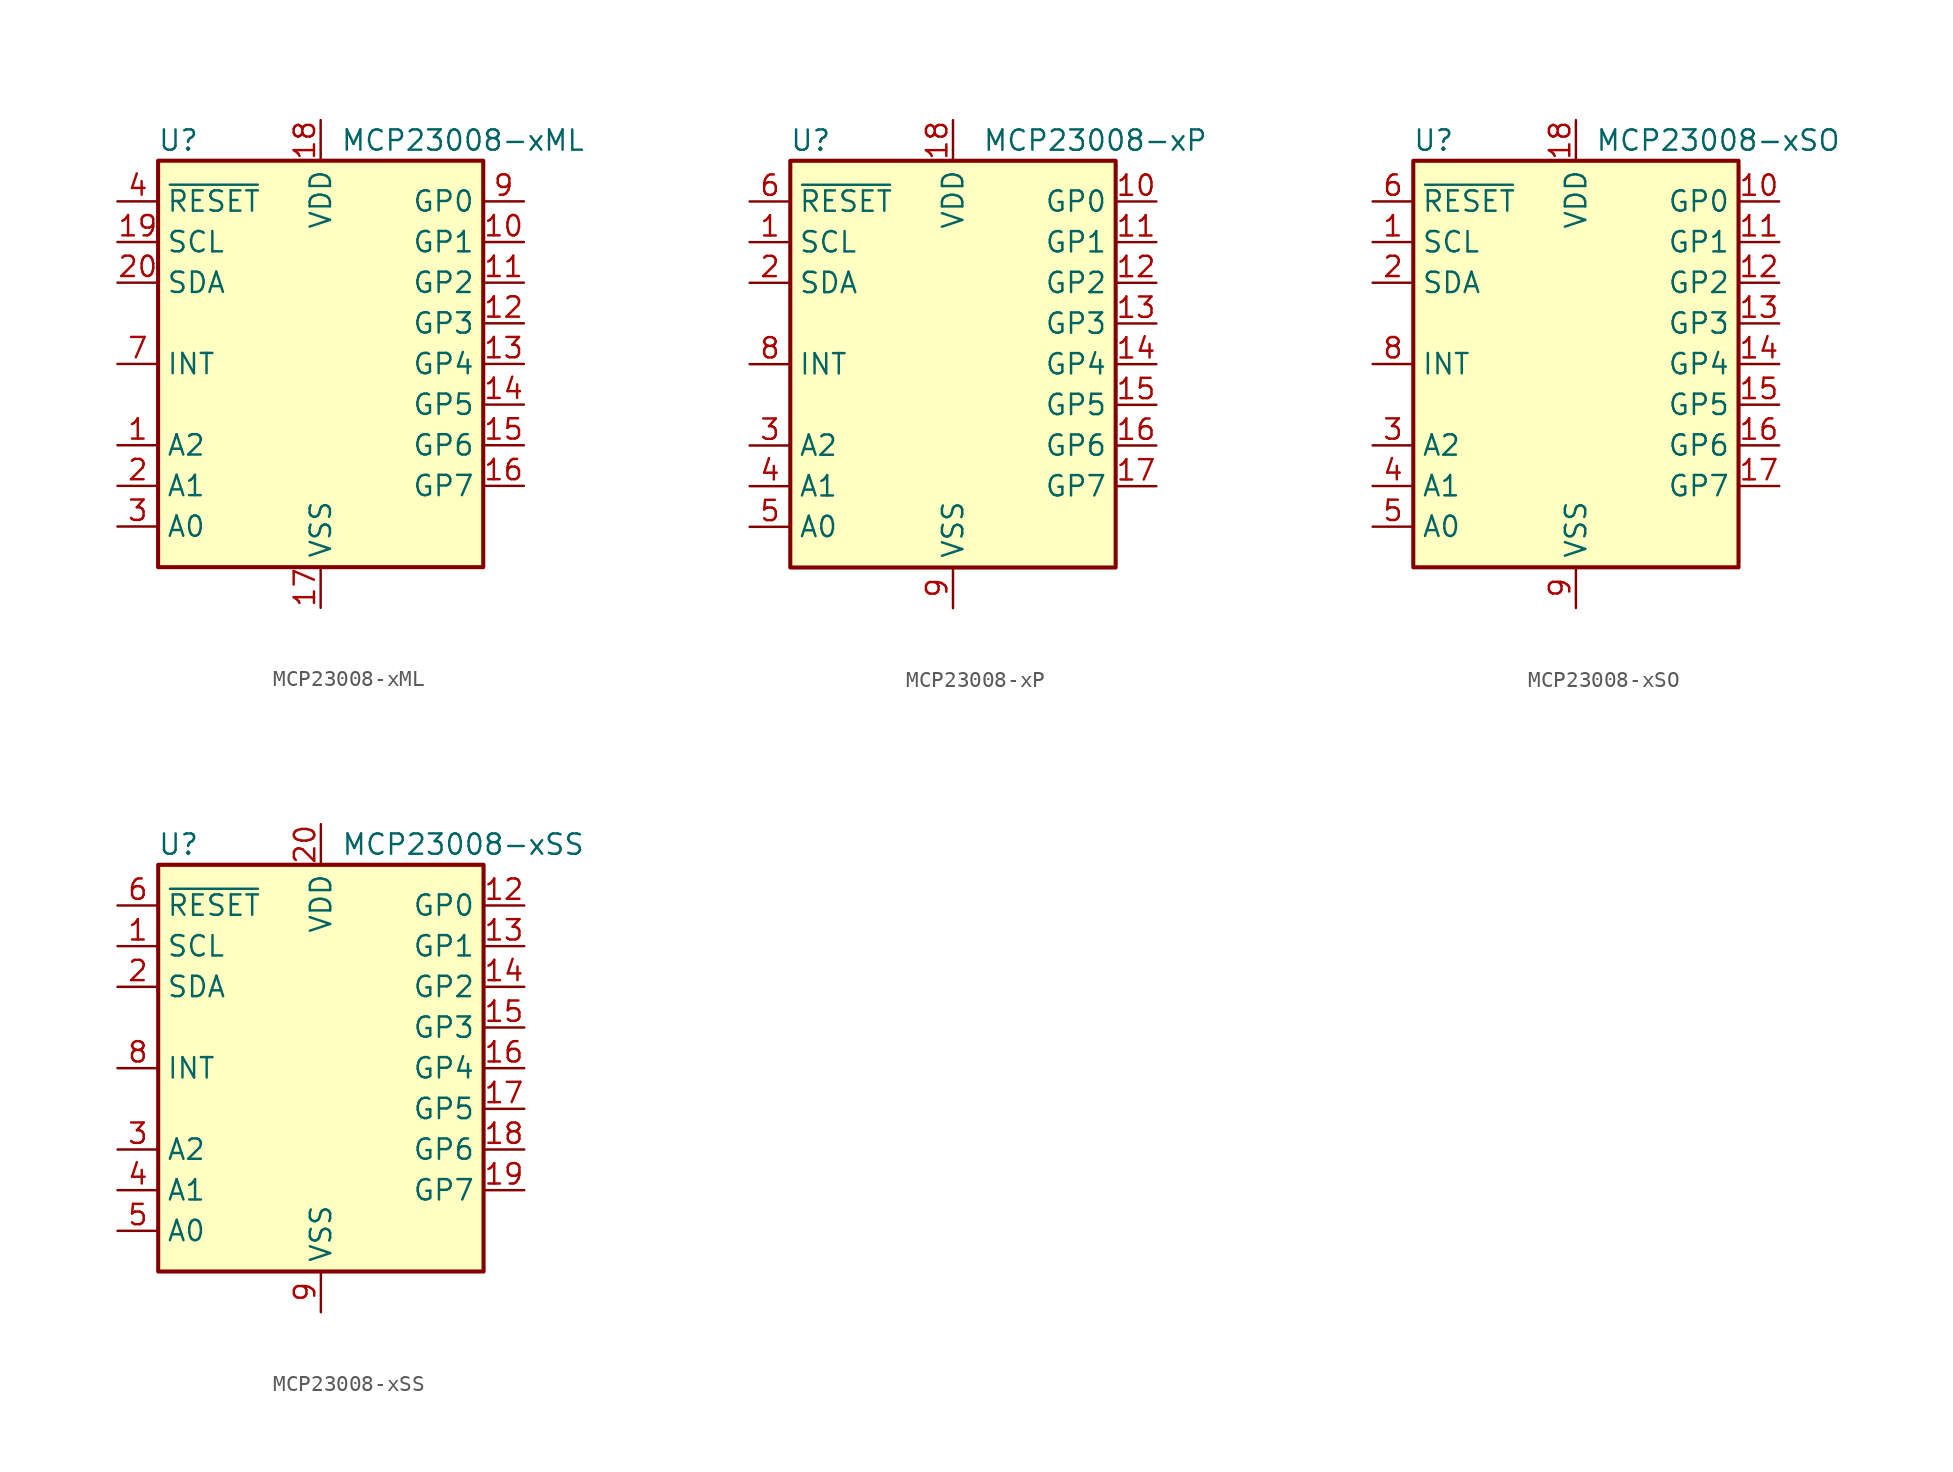
<source format=kicad_sym>
(kicad_symbol_lib
  (version 20231120)
  (generator "kicad_symbol_editor")
  (generator_version "8.0")
  (symbol "MCP23008-xML"
    (property "Reference" "U"
      (at -8.89 13.97 0)
      (effects (font (size 1.27 1.27))))
    (property "Value" "MCP23008-xML"
      (at 8.89 13.97 0)
      (effects (font (size 1.27 1.27))))
    (symbol "MCP23008-xML_0_1"
      (rectangle (start -10.16 12.7) (end 10.16 -12.7) (stroke (width 0.254) (type solid)) (fill (type background))))
    (symbol "MCP23008-xML_1_1"
      (pin input line (at -12.7 -5.08 0) (length 2.54) (name "A2" (effects (font (size 1.27 1.27)))) (number "1" (effects (font (size 1.27 1.27)))))
      (pin bidirectional line (at 12.7 7.62 180) (length 2.54) (name "GP1" (effects (font (size 1.27 1.27)))) (number "10" (effects (font (size 1.27 1.27)))))
      (pin bidirectional line (at 12.7 5.08 180) (length 2.54) (name "GP2" (effects (font (size 1.27 1.27)))) (number "11" (effects (font (size 1.27 1.27)))))
      (pin bidirectional line (at 12.7 2.54 180) (length 2.54) (name "GP3" (effects (font (size 1.27 1.27)))) (number "12" (effects (font (size 1.27 1.27)))))
      (pin bidirectional line (at 12.7 0 180) (length 2.54) (name "GP4" (effects (font (size 1.27 1.27)))) (number "13" (effects (font (size 1.27 1.27)))))
      (pin bidirectional line (at 12.7 -2.54 180) (length 2.54) (name "GP5" (effects (font (size 1.27 1.27)))) (number "14" (effects (font (size 1.27 1.27)))))
      (pin bidirectional line (at 12.7 -5.08 180) (length 2.54) (name "GP6" (effects (font (size 1.27 1.27)))) (number "15" (effects (font (size 1.27 1.27)))))
      (pin bidirectional line (at 12.7 -7.62 180) (length 2.54) (name "GP7" (effects (font (size 1.27 1.27)))) (number "16" (effects (font (size 1.27 1.27)))))
      (pin power_in line (at 0 -15.24 90) (length 2.54) (name "VSS" (effects (font (size 1.27 1.27)))) (number "17" (effects (font (size 1.27 1.27)))))
      (pin power_in line (at 0 15.24 270) (length 2.54) (name "VDD" (effects (font (size 1.27 1.27)))) (number "18" (effects (font (size 1.27 1.27)))))
      (pin input line (at -12.7 7.62 0) (length 2.54) (name "SCL" (effects (font (size 1.27 1.27)))) (number "19" (effects (font (size 1.27 1.27)))))
      (pin input line (at -12.7 -7.62 0) (length 2.54) (name "A1" (effects (font (size 1.27 1.27)))) (number "2" (effects (font (size 1.27 1.27)))))
      (pin bidirectional line (at -12.7 5.08 0) (length 2.54) (name "SDA" (effects (font (size 1.27 1.27)))) (number "20" (effects (font (size 1.27 1.27)))))
      (pin input line (at -12.7 -10.16 0) (length 2.54) (name "A0" (effects (font (size 1.27 1.27)))) (number "3" (effects (font (size 1.27 1.27)))))
      (pin input line (at -12.7 10.16 0) (length 2.54) (name "~{RESET}" (effects (font (size 1.27 1.27)))) (number "4" (effects (font (size 1.27 1.27)))))
      (pin no_connect line (at -10.16 2.54 0) (length 2.54) hide (name "NC" (effects (font (size 1.27 1.27)))) (number "5" (effects (font (size 1.27 1.27)))))
      (pin no_connect line (at -10.16 -2.54 0) (length 2.54) hide (name "NC" (effects (font (size 1.27 1.27)))) (number "6" (effects (font (size 1.27 1.27)))))
      (pin output line (at -12.7 0 0) (length 2.54) (name "INT" (effects (font (size 1.27 1.27)))) (number "7" (effects (font (size 1.27 1.27)))))
      (pin no_connect line (at 10.16 -10.16 180) (length 2.54) hide (name "NC" (effects (font (size 1.27 1.27)))) (number "8" (effects (font (size 1.27 1.27)))))
      (pin bidirectional line (at 12.7 10.16 180) (length 2.54) (name "GP0" (effects (font (size 1.27 1.27)))) (number "9" (effects (font (size 1.27 1.27)))))))
  (symbol "MCP23008-xP"
    (property "Reference" "U"
      (at -8.89 13.97 0)
      (effects (font (size 1.27 1.27))))
    (property "Value" "MCP23008-xP"
      (at 8.89 13.97 0)
      (effects (font (size 1.27 1.27))))
    (symbol "MCP23008-xP_0_1"
      (rectangle (start -10.16 12.7) (end 10.16 -12.7) (stroke (width 0.254) (type solid)) (fill (type background))))
    (symbol "MCP23008-xP_1_1"
      (pin input line (at -12.7 7.62 0) (length 2.54) (name "SCL" (effects (font (size 1.27 1.27)))) (number "1" (effects (font (size 1.27 1.27)))))
      (pin bidirectional line (at 12.7 10.16 180) (length 2.54) (name "GP0" (effects (font (size 1.27 1.27)))) (number "10" (effects (font (size 1.27 1.27)))))
      (pin bidirectional line (at 12.7 7.62 180) (length 2.54) (name "GP1" (effects (font (size 1.27 1.27)))) (number "11" (effects (font (size 1.27 1.27)))))
      (pin bidirectional line (at 12.7 5.08 180) (length 2.54) (name "GP2" (effects (font (size 1.27 1.27)))) (number "12" (effects (font (size 1.27 1.27)))))
      (pin bidirectional line (at 12.7 2.54 180) (length 2.54) (name "GP3" (effects (font (size 1.27 1.27)))) (number "13" (effects (font (size 1.27 1.27)))))
      (pin bidirectional line (at 12.7 0 180) (length 2.54) (name "GP4" (effects (font (size 1.27 1.27)))) (number "14" (effects (font (size 1.27 1.27)))))
      (pin bidirectional line (at 12.7 -2.54 180) (length 2.54) (name "GP5" (effects (font (size 1.27 1.27)))) (number "15" (effects (font (size 1.27 1.27)))))
      (pin bidirectional line (at 12.7 -5.08 180) (length 2.54) (name "GP6" (effects (font (size 1.27 1.27)))) (number "16" (effects (font (size 1.27 1.27)))))
      (pin bidirectional line (at 12.7 -7.62 180) (length 2.54) (name "GP7" (effects (font (size 1.27 1.27)))) (number "17" (effects (font (size 1.27 1.27)))))
      (pin power_in line (at 0 15.24 270) (length 2.54) (name "VDD" (effects (font (size 1.27 1.27)))) (number "18" (effects (font (size 1.27 1.27)))))
      (pin bidirectional line (at -12.7 5.08 0) (length 2.54) (name "SDA" (effects (font (size 1.27 1.27)))) (number "2" (effects (font (size 1.27 1.27)))))
      (pin input line (at -12.7 -5.08 0) (length 2.54) (name "A2" (effects (font (size 1.27 1.27)))) (number "3" (effects (font (size 1.27 1.27)))))
      (pin input line (at -12.7 -7.62 0) (length 2.54) (name "A1" (effects (font (size 1.27 1.27)))) (number "4" (effects (font (size 1.27 1.27)))))
      (pin input line (at -12.7 -10.16 0) (length 2.54) (name "A0" (effects (font (size 1.27 1.27)))) (number "5" (effects (font (size 1.27 1.27)))))
      (pin input line (at -12.7 10.16 0) (length 2.54) (name "~{RESET}" (effects (font (size 1.27 1.27)))) (number "6" (effects (font (size 1.27 1.27)))))
      (pin no_connect line (at -10.16 -2.54 0) (length 2.54) hide (name "NC" (effects (font (size 1.27 1.27)))) (number "7" (effects (font (size 1.27 1.27)))))
      (pin output line (at -12.7 0 0) (length 2.54) (name "INT" (effects (font (size 1.27 1.27)))) (number "8" (effects (font (size 1.27 1.27)))))
      (pin power_in line (at 0 -15.24 90) (length 2.54) (name "VSS" (effects (font (size 1.27 1.27)))) (number "9" (effects (font (size 1.27 1.27)))))))
  (symbol "MCP23008-xSO"
    (property "Reference" "U"
      (at -8.89 13.97 0)
      (effects (font (size 1.27 1.27))))
    (property "Value" "MCP23008-xSO"
      (at 8.89 13.97 0)
      (effects (font (size 1.27 1.27))))
    (symbol "MCP23008-xSO_0_1"
      (rectangle (start -10.16 12.7) (end 10.16 -12.7) (stroke (width 0.254) (type solid)) (fill (type background))))
    (symbol "MCP23008-xSO_1_1"
      (pin input line (at -12.7 7.62 0) (length 2.54) (name "SCL" (effects (font (size 1.27 1.27)))) (number "1" (effects (font (size 1.27 1.27)))))
      (pin bidirectional line (at 12.7 10.16 180) (length 2.54) (name "GP0" (effects (font (size 1.27 1.27)))) (number "10" (effects (font (size 1.27 1.27)))))
      (pin bidirectional line (at 12.7 7.62 180) (length 2.54) (name "GP1" (effects (font (size 1.27 1.27)))) (number "11" (effects (font (size 1.27 1.27)))))
      (pin bidirectional line (at 12.7 5.08 180) (length 2.54) (name "GP2" (effects (font (size 1.27 1.27)))) (number "12" (effects (font (size 1.27 1.27)))))
      (pin bidirectional line (at 12.7 2.54 180) (length 2.54) (name "GP3" (effects (font (size 1.27 1.27)))) (number "13" (effects (font (size 1.27 1.27)))))
      (pin bidirectional line (at 12.7 0 180) (length 2.54) (name "GP4" (effects (font (size 1.27 1.27)))) (number "14" (effects (font (size 1.27 1.27)))))
      (pin bidirectional line (at 12.7 -2.54 180) (length 2.54) (name "GP5" (effects (font (size 1.27 1.27)))) (number "15" (effects (font (size 1.27 1.27)))))
      (pin bidirectional line (at 12.7 -5.08 180) (length 2.54) (name "GP6" (effects (font (size 1.27 1.27)))) (number "16" (effects (font (size 1.27 1.27)))))
      (pin bidirectional line (at 12.7 -7.62 180) (length 2.54) (name "GP7" (effects (font (size 1.27 1.27)))) (number "17" (effects (font (size 1.27 1.27)))))
      (pin power_in line (at 0 15.24 270) (length 2.54) (name "VDD" (effects (font (size 1.27 1.27)))) (number "18" (effects (font (size 1.27 1.27)))))
      (pin bidirectional line (at -12.7 5.08 0) (length 2.54) (name "SDA" (effects (font (size 1.27 1.27)))) (number "2" (effects (font (size 1.27 1.27)))))
      (pin input line (at -12.7 -5.08 0) (length 2.54) (name "A2" (effects (font (size 1.27 1.27)))) (number "3" (effects (font (size 1.27 1.27)))))
      (pin input line (at -12.7 -7.62 0) (length 2.54) (name "A1" (effects (font (size 1.27 1.27)))) (number "4" (effects (font (size 1.27 1.27)))))
      (pin input line (at -12.7 -10.16 0) (length 2.54) (name "A0" (effects (font (size 1.27 1.27)))) (number "5" (effects (font (size 1.27 1.27)))))
      (pin input line (at -12.7 10.16 0) (length 2.54) (name "~{RESET}" (effects (font (size 1.27 1.27)))) (number "6" (effects (font (size 1.27 1.27)))))
      (pin no_connect line (at -10.16 -2.54 0) (length 2.54) hide (name "NC" (effects (font (size 1.27 1.27)))) (number "7" (effects (font (size 1.27 1.27)))))
      (pin output line (at -12.7 0 0) (length 2.54) (name "INT" (effects (font (size 1.27 1.27)))) (number "8" (effects (font (size 1.27 1.27)))))
      (pin power_in line (at 0 -15.24 90) (length 2.54) (name "VSS" (effects (font (size 1.27 1.27)))) (number "9" (effects (font (size 1.27 1.27)))))))
  (symbol "MCP23008-xSS"
    (property "Reference" "U"
      (at -8.89 13.97 0)
      (effects (font (size 1.27 1.27))))
    (property "Value" "MCP23008-xSS"
      (at 8.89 13.97 0)
      (effects (font (size 1.27 1.27))))
    (symbol "MCP23008-xSS_0_1"
      (rectangle (start -10.16 12.7) (end 10.16 -12.7) (stroke (width 0.254) (type solid)) (fill (type background))))
    (symbol "MCP23008-xSS_1_1"
      (pin input line (at -12.7 7.62 0) (length 2.54) (name "SCL" (effects (font (size 1.27 1.27)))) (number "1" (effects (font (size 1.27 1.27)))))
      (pin no_connect line (at -10.16 -2.54 0) (length 2.54) hide (name "NC" (effects (font (size 1.27 1.27)))) (number "10" (effects (font (size 1.27 1.27)))))
      (pin no_connect line (at 10.16 -10.16 180) (length 2.54) hide (name "NC" (effects (font (size 1.27 1.27)))) (number "11" (effects (font (size 1.27 1.27)))))
      (pin bidirectional line (at 12.7 10.16 180) (length 2.54) (name "GP0" (effects (font (size 1.27 1.27)))) (number "12" (effects (font (size 1.27 1.27)))))
      (pin bidirectional line (at 12.7 7.62 180) (length 2.54) (name "GP1" (effects (font (size 1.27 1.27)))) (number "13" (effects (font (size 1.27 1.27)))))
      (pin bidirectional line (at 12.7 5.08 180) (length 2.54) (name "GP2" (effects (font (size 1.27 1.27)))) (number "14" (effects (font (size 1.27 1.27)))))
      (pin bidirectional line (at 12.7 2.54 180) (length 2.54) (name "GP3" (effects (font (size 1.27 1.27)))) (number "15" (effects (font (size 1.27 1.27)))))
      (pin bidirectional line (at 12.7 0 180) (length 2.54) (name "GP4" (effects (font (size 1.27 1.27)))) (number "16" (effects (font (size 1.27 1.27)))))
      (pin bidirectional line (at 12.7 -2.54 180) (length 2.54) (name "GP5" (effects (font (size 1.27 1.27)))) (number "17" (effects (font (size 1.27 1.27)))))
      (pin bidirectional line (at 12.7 -5.08 180) (length 2.54) (name "GP6" (effects (font (size 1.27 1.27)))) (number "18" (effects (font (size 1.27 1.27)))))
      (pin bidirectional line (at 12.7 -7.62 180) (length 2.54) (name "GP7" (effects (font (size 1.27 1.27)))) (number "19" (effects (font (size 1.27 1.27)))))
      (pin bidirectional line (at -12.7 5.08 0) (length 2.54) (name "SDA" (effects (font (size 1.27 1.27)))) (number "2" (effects (font (size 1.27 1.27)))))
      (pin power_in line (at 0 15.24 270) (length 2.54) (name "VDD" (effects (font (size 1.27 1.27)))) (number "20" (effects (font (size 1.27 1.27)))))
      (pin input line (at -12.7 -5.08 0) (length 2.54) (name "A2" (effects (font (size 1.27 1.27)))) (number "3" (effects (font (size 1.27 1.27)))))
      (pin input line (at -12.7 -7.62 0) (length 2.54) (name "A1" (effects (font (size 1.27 1.27)))) (number "4" (effects (font (size 1.27 1.27)))))
      (pin input line (at -12.7 -10.16 0) (length 2.54) (name "A0" (effects (font (size 1.27 1.27)))) (number "5" (effects (font (size 1.27 1.27)))))
      (pin input line (at -12.7 10.16 0) (length 2.54) (name "~{RESET}" (effects (font (size 1.27 1.27)))) (number "6" (effects (font (size 1.27 1.27)))))
      (pin no_connect line (at -10.16 2.54 0) (length 2.54) hide (name "NC" (effects (font (size 1.27 1.27)))) (number "7" (effects (font (size 1.27 1.27)))))
      (pin output line (at -12.7 0 0) (length 2.54) (name "INT" (effects (font (size 1.27 1.27)))) (number "8" (effects (font (size 1.27 1.27)))))
      (pin power_in line (at 0 -15.24 90) (length 2.54) (name "VSS" (effects (font (size 1.27 1.27)))) (number "9" (effects (font (size 1.27 1.27))))))))
</source>
